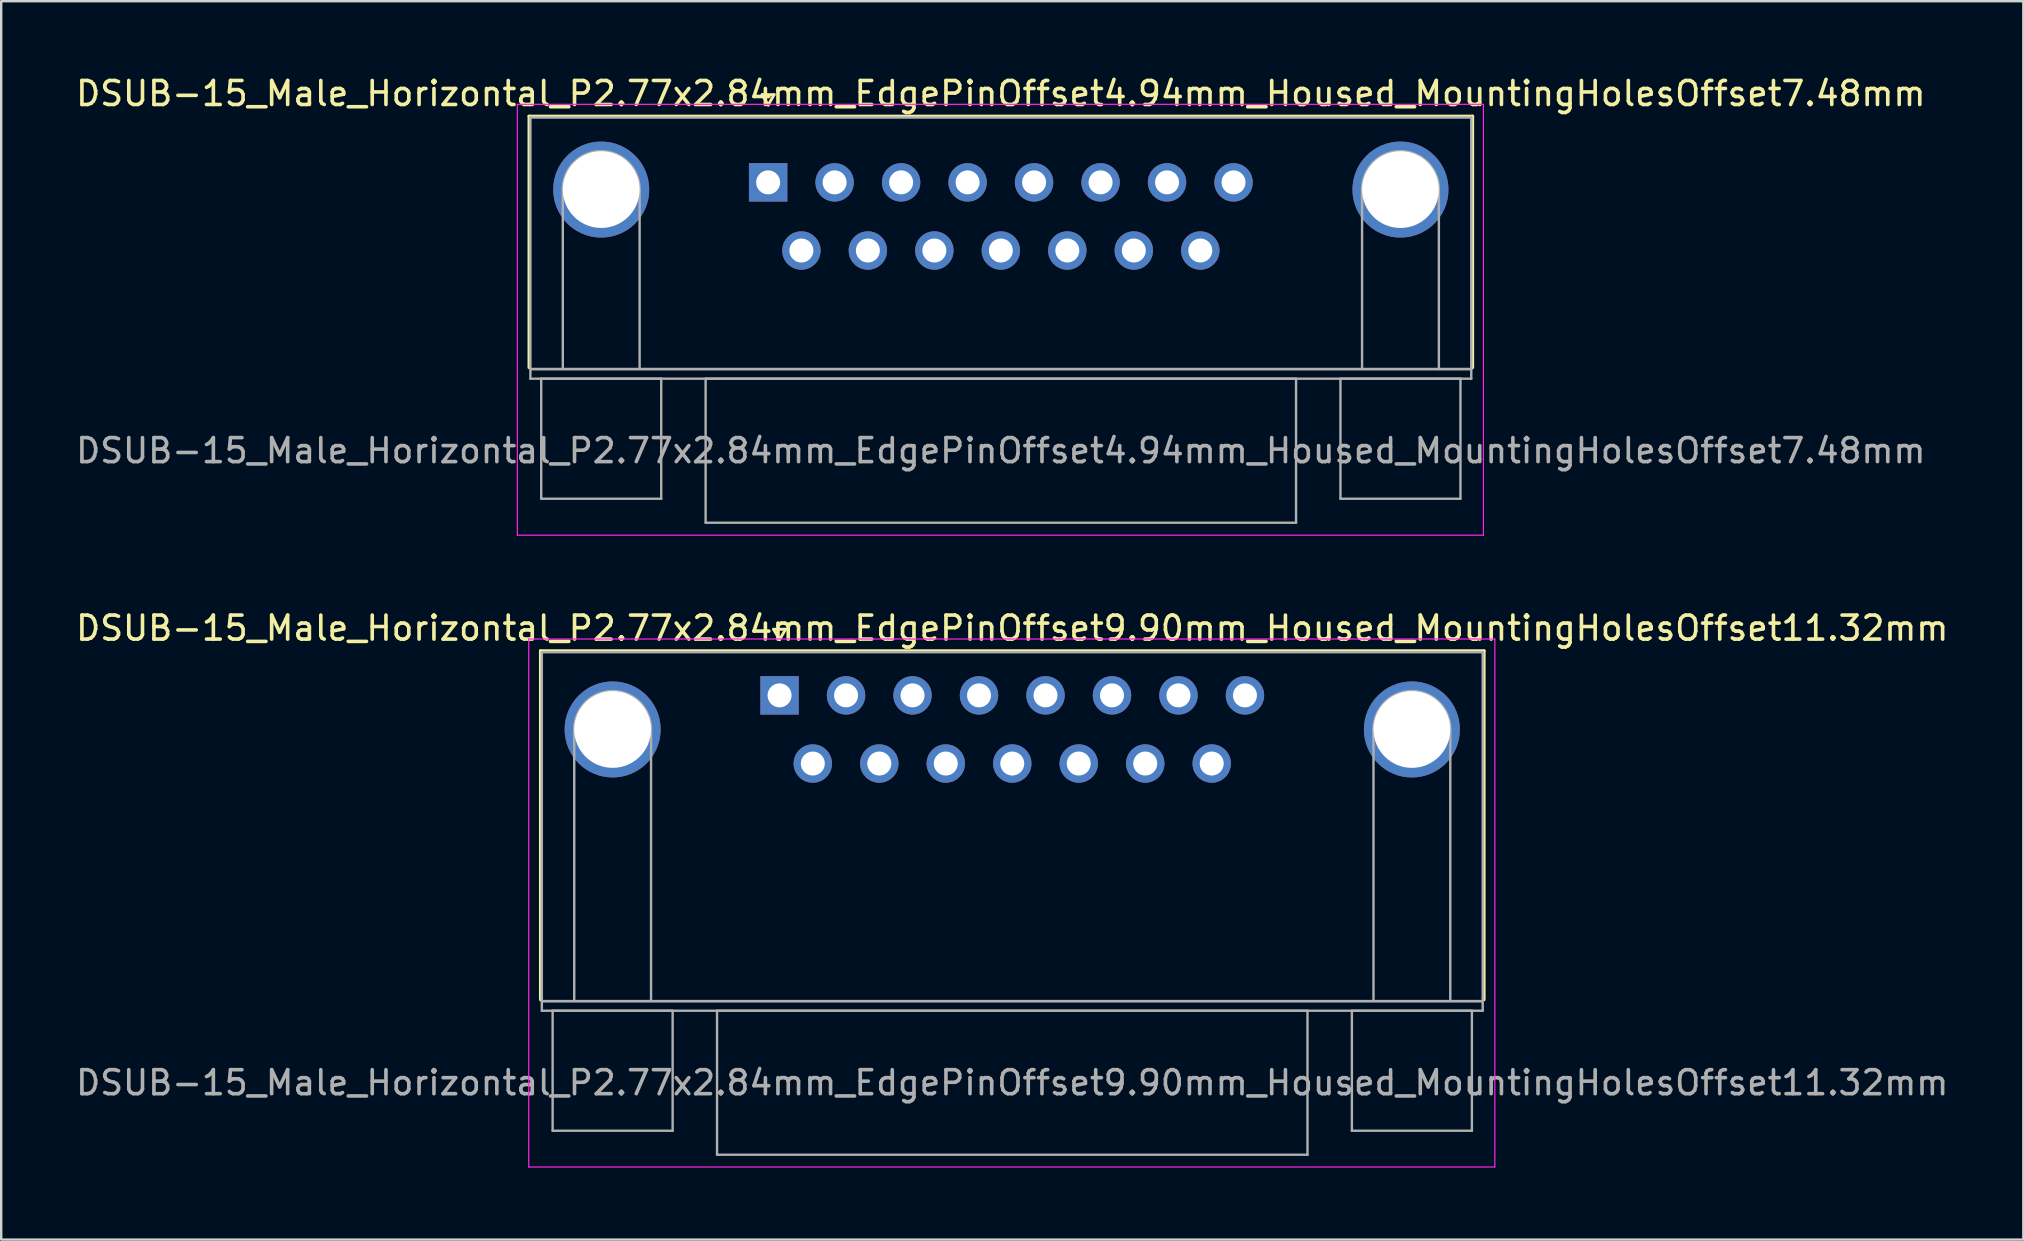
<source format=kicad_pcb>
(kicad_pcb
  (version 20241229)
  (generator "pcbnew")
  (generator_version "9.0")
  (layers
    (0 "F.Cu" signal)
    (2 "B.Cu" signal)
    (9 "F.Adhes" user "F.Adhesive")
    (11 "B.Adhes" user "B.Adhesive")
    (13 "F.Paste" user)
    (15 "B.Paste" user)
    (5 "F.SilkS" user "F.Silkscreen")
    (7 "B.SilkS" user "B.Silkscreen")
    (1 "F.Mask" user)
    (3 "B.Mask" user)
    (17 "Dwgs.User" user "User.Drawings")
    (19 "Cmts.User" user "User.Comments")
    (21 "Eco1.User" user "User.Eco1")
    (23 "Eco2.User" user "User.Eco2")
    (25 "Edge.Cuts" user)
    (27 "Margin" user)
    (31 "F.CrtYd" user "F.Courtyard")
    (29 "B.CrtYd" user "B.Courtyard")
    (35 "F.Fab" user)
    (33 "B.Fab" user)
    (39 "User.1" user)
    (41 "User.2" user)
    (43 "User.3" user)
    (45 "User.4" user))
  (footprint "DSUB-15_Male_Horizontal_P2.77x2.84mm_EdgePinOffset4.94mm_Housed_MountingHolesOffset7.48mm"
    (layer "F.Cu")
    (at 28.954 4.548)
    (property "Reference" "DSUB-15_Male_Horizontal_P2.77x2.84mm_EdgePinOffset4.94mm_Housed_MountingHolesOffset7.48mm" (at 9.695 -3.7 0) (layer "F.SilkS") (effects (font (size 1 1) (thickness 0.15))))
    (attr through_hole)
    (fp_line (start -9.965 -2.76) (end 29.355 -2.76) (stroke (width 0.12) (type solid)) (layer "F.SilkS"))
    (fp_line (start -9.965 7.72) (end -9.965 -2.76) (stroke (width 0.12) (type solid)) (layer "F.SilkS"))
    (fp_line (start -0.25 -3.654) (end 0.25 -3.654) (stroke (width 0.12) (type solid)) (layer "F.SilkS"))
    (fp_line (start 0 -3.221) (end -0.25 -3.654) (stroke (width 0.12) (type solid)) (layer "F.SilkS"))
    (fp_line (start 0.25 -3.654) (end 0 -3.221) (stroke (width 0.12) (type solid)) (layer "F.SilkS"))
    (fp_line (start 29.355 -2.76) (end 29.355 7.72) (stroke (width 0.12) (type solid)) (layer "F.SilkS"))
    (fp_line (start -10.45 -3.25) (end -10.45 14.7) (stroke (width 0.05) (type solid)) (layer "F.CrtYd"))
    (fp_line (start -10.45 14.7) (end 29.8 14.7) (stroke (width 0.05) (type solid)) (layer "F.CrtYd"))
    (fp_line (start 29.8 -3.25) (end -10.45 -3.25) (stroke (width 0.05) (type solid)) (layer "F.CrtYd"))
    (fp_line (start 29.8 14.7) (end 29.8 -3.25) (stroke (width 0.05) (type solid)) (layer "F.CrtYd"))
    (fp_line (start -9.905 -2.7) (end -9.905 7.78) (stroke (width 0.1) (type solid)) (layer "F.Fab"))
    (fp_line (start -9.905 7.78) (end -9.905 8.18) (stroke (width 0.1) (type solid)) (layer "F.Fab"))
    (fp_line (start -9.905 7.78) (end 29.295 7.78) (stroke (width 0.1) (type solid)) (layer "F.Fab"))
    (fp_line (start -9.905 8.18) (end 29.295 8.18) (stroke (width 0.1) (type solid)) (layer "F.Fab"))
    (fp_line (start -9.455 8.18) (end -9.455 13.18) (stroke (width 0.1) (type solid)) (layer "F.Fab"))
    (fp_line (start -9.455 13.18) (end -4.455 13.18) (stroke (width 0.1) (type solid)) (layer "F.Fab"))
    (fp_line (start -8.555 7.78) (end -8.555 0.3) (stroke (width 0.1) (type solid)) (layer "F.Fab"))
    (fp_line (start -5.355 7.78) (end -5.355 0.3) (stroke (width 0.1) (type solid)) (layer "F.Fab"))
    (fp_line (start -4.455 8.18) (end -9.455 8.18) (stroke (width 0.1) (type solid)) (layer "F.Fab"))
    (fp_line (start -4.455 13.18) (end -4.455 8.18) (stroke (width 0.1) (type solid)) (layer "F.Fab"))
    (fp_line (start -2.605 8.18) (end -2.605 14.18) (stroke (width 0.1) (type solid)) (layer "F.Fab"))
    (fp_line (start -2.605 14.18) (end 21.995 14.18) (stroke (width 0.1) (type solid)) (layer "F.Fab"))
    (fp_line (start 21.995 8.18) (end -2.605 8.18) (stroke (width 0.1) (type solid)) (layer "F.Fab"))
    (fp_line (start 21.995 14.18) (end 21.995 8.18) (stroke (width 0.1) (type solid)) (layer "F.Fab"))
    (fp_line (start 23.845 8.18) (end 23.845 13.18) (stroke (width 0.1) (type solid)) (layer "F.Fab"))
    (fp_line (start 23.845 13.18) (end 28.845 13.18) (stroke (width 0.1) (type solid)) (layer "F.Fab"))
    (fp_line (start 24.745 7.78) (end 24.745 0.3) (stroke (width 0.1) (type solid)) (layer "F.Fab"))
    (fp_line (start 27.945 7.78) (end 27.945 0.3) (stroke (width 0.1) (type solid)) (layer "F.Fab"))
    (fp_line (start 28.845 8.18) (end 23.845 8.18) (stroke (width 0.1) (type solid)) (layer "F.Fab"))
    (fp_line (start 28.845 13.18) (end 28.845 8.18) (stroke (width 0.1) (type solid)) (layer "F.Fab"))
    (fp_line (start 29.295 -2.7) (end -9.905 -2.7) (stroke (width 0.1) (type solid)) (layer "F.Fab"))
    (fp_line (start 29.295 7.78) (end -9.905 7.78) (stroke (width 0.1) (type solid)) (layer "F.Fab"))
    (fp_line (start 29.295 7.78) (end 29.295 -2.7) (stroke (width 0.1) (type solid)) (layer "F.Fab"))
    (fp_line (start 29.295 8.18) (end 29.295 7.78) (stroke (width 0.1) (type solid)) (layer "F.Fab"))
    (fp_arc (start -8.555 0.3) (mid -6.955 -1.3) (end -5.355 0.3) (stroke (width 0.1) (type solid)) (layer "F.Fab"))
    (fp_arc (start 24.745 0.3) (mid 26.345 -1.3) (end 27.945 0.3) (stroke (width 0.1) (type solid)) (layer "F.Fab"))
    (fp_text user "${REFERENCE}" (at 9.695 11.18 0) (layer "F.Fab") (effects (font (size 1 1) (thickness 0.15))))
    (pad "0" thru_hole circle (at -6.955 0.3) (size 4 4) (drill 3.2) (layers "*.Cu" "*.Mask"))
    (pad "0" thru_hole circle (at 26.345 0.3) (size 4 4) (drill 3.2) (layers "*.Cu" "*.Mask"))
    (pad "1" thru_hole rect (at 0 0) (size 1.6 1.6) (drill 1) (layers "*.Cu" "*.Mask"))
    (pad "2" thru_hole circle (at 2.77 0) (size 1.6 1.6) (drill 1) (layers "*.Cu" "*.Mask"))
    (pad "3" thru_hole circle (at 5.54 0) (size 1.6 1.6) (drill 1) (layers "*.Cu" "*.Mask"))
    (pad "4" thru_hole circle (at 8.31 0) (size 1.6 1.6) (drill 1) (layers "*.Cu" "*.Mask"))
    (pad "5" thru_hole circle (at 11.08 0) (size 1.6 1.6) (drill 1) (layers "*.Cu" "*.Mask"))
    (pad "6" thru_hole circle (at 13.85 0) (size 1.6 1.6) (drill 1) (layers "*.Cu" "*.Mask"))
    (pad "7" thru_hole circle (at 16.62 0) (size 1.6 1.6) (drill 1) (layers "*.Cu" "*.Mask"))
    (pad "8" thru_hole circle (at 19.39 0) (size 1.6 1.6) (drill 1) (layers "*.Cu" "*.Mask"))
    (pad "9" thru_hole circle (at 1.385 2.84) (size 1.6 1.6) (drill 1) (layers "*.Cu" "*.Mask"))
    (pad "10" thru_hole circle (at 4.155 2.84) (size 1.6 1.6) (drill 1) (layers "*.Cu" "*.Mask"))
    (pad "11" thru_hole circle (at 6.925 2.84) (size 1.6 1.6) (drill 1) (layers "*.Cu" "*.Mask"))
    (pad "12" thru_hole circle (at 9.695 2.84) (size 1.6 1.6) (drill 1) (layers "*.Cu" "*.Mask"))
    (pad "13" thru_hole circle (at 12.465 2.84) (size 1.6 1.6) (drill 1) (layers "*.Cu" "*.Mask"))
    (pad "14" thru_hole circle (at 15.235 2.84) (size 1.6 1.6) (drill 1) (layers "*.Cu" "*.Mask"))
    (pad "15" thru_hole circle (at 18.005 2.84) (size 1.6 1.6) (drill 1) (layers "*.Cu" "*.Mask")))
  (footprint "DSUB-15_Male_Horizontal_P2.77x2.84mm_EdgePinOffset9.90mm_Housed_MountingHolesOffset11.32mm"
    (layer "F.Cu")
    (at 29.43 25.922)
    (property "Reference" "DSUB-15_Male_Horizontal_P2.77x2.84mm_EdgePinOffset9.90mm_Housed_MountingHolesOffset11.32mm" (at 9.695 -2.8 0) (layer "F.SilkS") (effects (font (size 1 1) (thickness 0.15))))
    (attr through_hole)
    (fp_line (start -9.965 -1.86) (end 29.355 -1.86) (stroke (width 0.12) (type solid)) (layer "F.SilkS"))
    (fp_line (start -9.965 12.68) (end -9.965 -1.86) (stroke (width 0.12) (type solid)) (layer "F.SilkS"))
    (fp_line (start -0.25 -2.754) (end 0.25 -2.754) (stroke (width 0.12) (type solid)) (layer "F.SilkS"))
    (fp_line (start 0 -2.321) (end -0.25 -2.754) (stroke (width 0.12) (type solid)) (layer "F.SilkS"))
    (fp_line (start 0.25 -2.754) (end 0 -2.321) (stroke (width 0.12) (type solid)) (layer "F.SilkS"))
    (fp_line (start 29.355 -1.86) (end 29.355 12.68) (stroke (width 0.12) (type solid)) (layer "F.SilkS"))
    (fp_line (start -10.45 -2.35) (end -10.45 19.65) (stroke (width 0.05) (type solid)) (layer "F.CrtYd"))
    (fp_line (start -10.45 19.65) (end 29.8 19.65) (stroke (width 0.05) (type solid)) (layer "F.CrtYd"))
    (fp_line (start 29.8 -2.35) (end -10.45 -2.35) (stroke (width 0.05) (type solid)) (layer "F.CrtYd"))
    (fp_line (start 29.8 19.65) (end 29.8 -2.35) (stroke (width 0.05) (type solid)) (layer "F.CrtYd"))
    (fp_line (start -9.905 -1.8) (end -9.905 12.74) (stroke (width 0.1) (type solid)) (layer "F.Fab"))
    (fp_line (start -9.905 12.74) (end -9.905 13.14) (stroke (width 0.1) (type solid)) (layer "F.Fab"))
    (fp_line (start -9.905 12.74) (end 29.295 12.74) (stroke (width 0.1) (type solid)) (layer "F.Fab"))
    (fp_line (start -9.905 13.14) (end 29.295 13.14) (stroke (width 0.1) (type solid)) (layer "F.Fab"))
    (fp_line (start -9.455 13.14) (end -9.455 18.14) (stroke (width 0.1) (type solid)) (layer "F.Fab"))
    (fp_line (start -9.455 18.14) (end -4.455 18.14) (stroke (width 0.1) (type solid)) (layer "F.Fab"))
    (fp_line (start -8.555 12.74) (end -8.555 1.42) (stroke (width 0.1) (type solid)) (layer "F.Fab"))
    (fp_line (start -5.355 12.74) (end -5.355 1.42) (stroke (width 0.1) (type solid)) (layer "F.Fab"))
    (fp_line (start -4.455 13.14) (end -9.455 13.14) (stroke (width 0.1) (type solid)) (layer "F.Fab"))
    (fp_line (start -4.455 18.14) (end -4.455 13.14) (stroke (width 0.1) (type solid)) (layer "F.Fab"))
    (fp_line (start -2.605 13.14) (end -2.605 19.14) (stroke (width 0.1) (type solid)) (layer "F.Fab"))
    (fp_line (start -2.605 19.14) (end 21.995 19.14) (stroke (width 0.1) (type solid)) (layer "F.Fab"))
    (fp_line (start 21.995 13.14) (end -2.605 13.14) (stroke (width 0.1) (type solid)) (layer "F.Fab"))
    (fp_line (start 21.995 19.14) (end 21.995 13.14) (stroke (width 0.1) (type solid)) (layer "F.Fab"))
    (fp_line (start 23.845 13.14) (end 23.845 18.14) (stroke (width 0.1) (type solid)) (layer "F.Fab"))
    (fp_line (start 23.845 18.14) (end 28.845 18.14) (stroke (width 0.1) (type solid)) (layer "F.Fab"))
    (fp_line (start 24.745 12.74) (end 24.745 1.42) (stroke (width 0.1) (type solid)) (layer "F.Fab"))
    (fp_line (start 27.945 12.74) (end 27.945 1.42) (stroke (width 0.1) (type solid)) (layer "F.Fab"))
    (fp_line (start 28.845 13.14) (end 23.845 13.14) (stroke (width 0.1) (type solid)) (layer "F.Fab"))
    (fp_line (start 28.845 18.14) (end 28.845 13.14) (stroke (width 0.1) (type solid)) (layer "F.Fab"))
    (fp_line (start 29.295 -1.8) (end -9.905 -1.8) (stroke (width 0.1) (type solid)) (layer "F.Fab"))
    (fp_line (start 29.295 12.74) (end -9.905 12.74) (stroke (width 0.1) (type solid)) (layer "F.Fab"))
    (fp_line (start 29.295 12.74) (end 29.295 -1.8) (stroke (width 0.1) (type solid)) (layer "F.Fab"))
    (fp_line (start 29.295 13.14) (end 29.295 12.74) (stroke (width 0.1) (type solid)) (layer "F.Fab"))
    (fp_arc (start -8.555 1.42) (mid -6.955 -0.18) (end -5.355 1.42) (stroke (width 0.1) (type solid)) (layer "F.Fab"))
    (fp_arc (start 24.745 1.42) (mid 26.345 -0.18) (end 27.945 1.42) (stroke (width 0.1) (type solid)) (layer "F.Fab"))
    (fp_text user "${REFERENCE}" (at 9.695 16.14 0) (layer "F.Fab") (effects (font (size 1 1) (thickness 0.15))))
    (pad "0" thru_hole circle (at -6.955 1.42) (size 4 4) (drill 3.2) (layers "*.Cu" "*.Mask"))
    (pad "0" thru_hole circle (at 26.345 1.42) (size 4 4) (drill 3.2) (layers "*.Cu" "*.Mask"))
    (pad "1" thru_hole rect (at 0 0) (size 1.6 1.6) (drill 1) (layers "*.Cu" "*.Mask"))
    (pad "2" thru_hole circle (at 2.77 0) (size 1.6 1.6) (drill 1) (layers "*.Cu" "*.Mask"))
    (pad "3" thru_hole circle (at 5.54 0) (size 1.6 1.6) (drill 1) (layers "*.Cu" "*.Mask"))
    (pad "4" thru_hole circle (at 8.31 0) (size 1.6 1.6) (drill 1) (layers "*.Cu" "*.Mask"))
    (pad "5" thru_hole circle (at 11.08 0) (size 1.6 1.6) (drill 1) (layers "*.Cu" "*.Mask"))
    (pad "6" thru_hole circle (at 13.85 0) (size 1.6 1.6) (drill 1) (layers "*.Cu" "*.Mask"))
    (pad "7" thru_hole circle (at 16.62 0) (size 1.6 1.6) (drill 1) (layers "*.Cu" "*.Mask"))
    (pad "8" thru_hole circle (at 19.39 0) (size 1.6 1.6) (drill 1) (layers "*.Cu" "*.Mask"))
    (pad "9" thru_hole circle (at 1.385 2.84) (size 1.6 1.6) (drill 1) (layers "*.Cu" "*.Mask"))
    (pad "10" thru_hole circle (at 4.155 2.84) (size 1.6 1.6) (drill 1) (layers "*.Cu" "*.Mask"))
    (pad "11" thru_hole circle (at 6.925 2.84) (size 1.6 1.6) (drill 1) (layers "*.Cu" "*.Mask"))
    (pad "12" thru_hole circle (at 9.695 2.84) (size 1.6 1.6) (drill 1) (layers "*.Cu" "*.Mask"))
    (pad "13" thru_hole circle (at 12.465 2.84) (size 1.6 1.6) (drill 1) (layers "*.Cu" "*.Mask"))
    (pad "14" thru_hole circle (at 15.235 2.84) (size 1.6 1.6) (drill 1) (layers "*.Cu" "*.Mask"))
    (pad "15" thru_hole circle (at 18.005 2.84) (size 1.6 1.6) (drill 1) (layers "*.Cu" "*.Mask")))
  (gr_rect
    (start -3 -3)
    (end 81.25 48.596)
    (stroke (width 0.1) (type default))
    (fill no)
    (layer "Edge.Cuts")))
</source>
